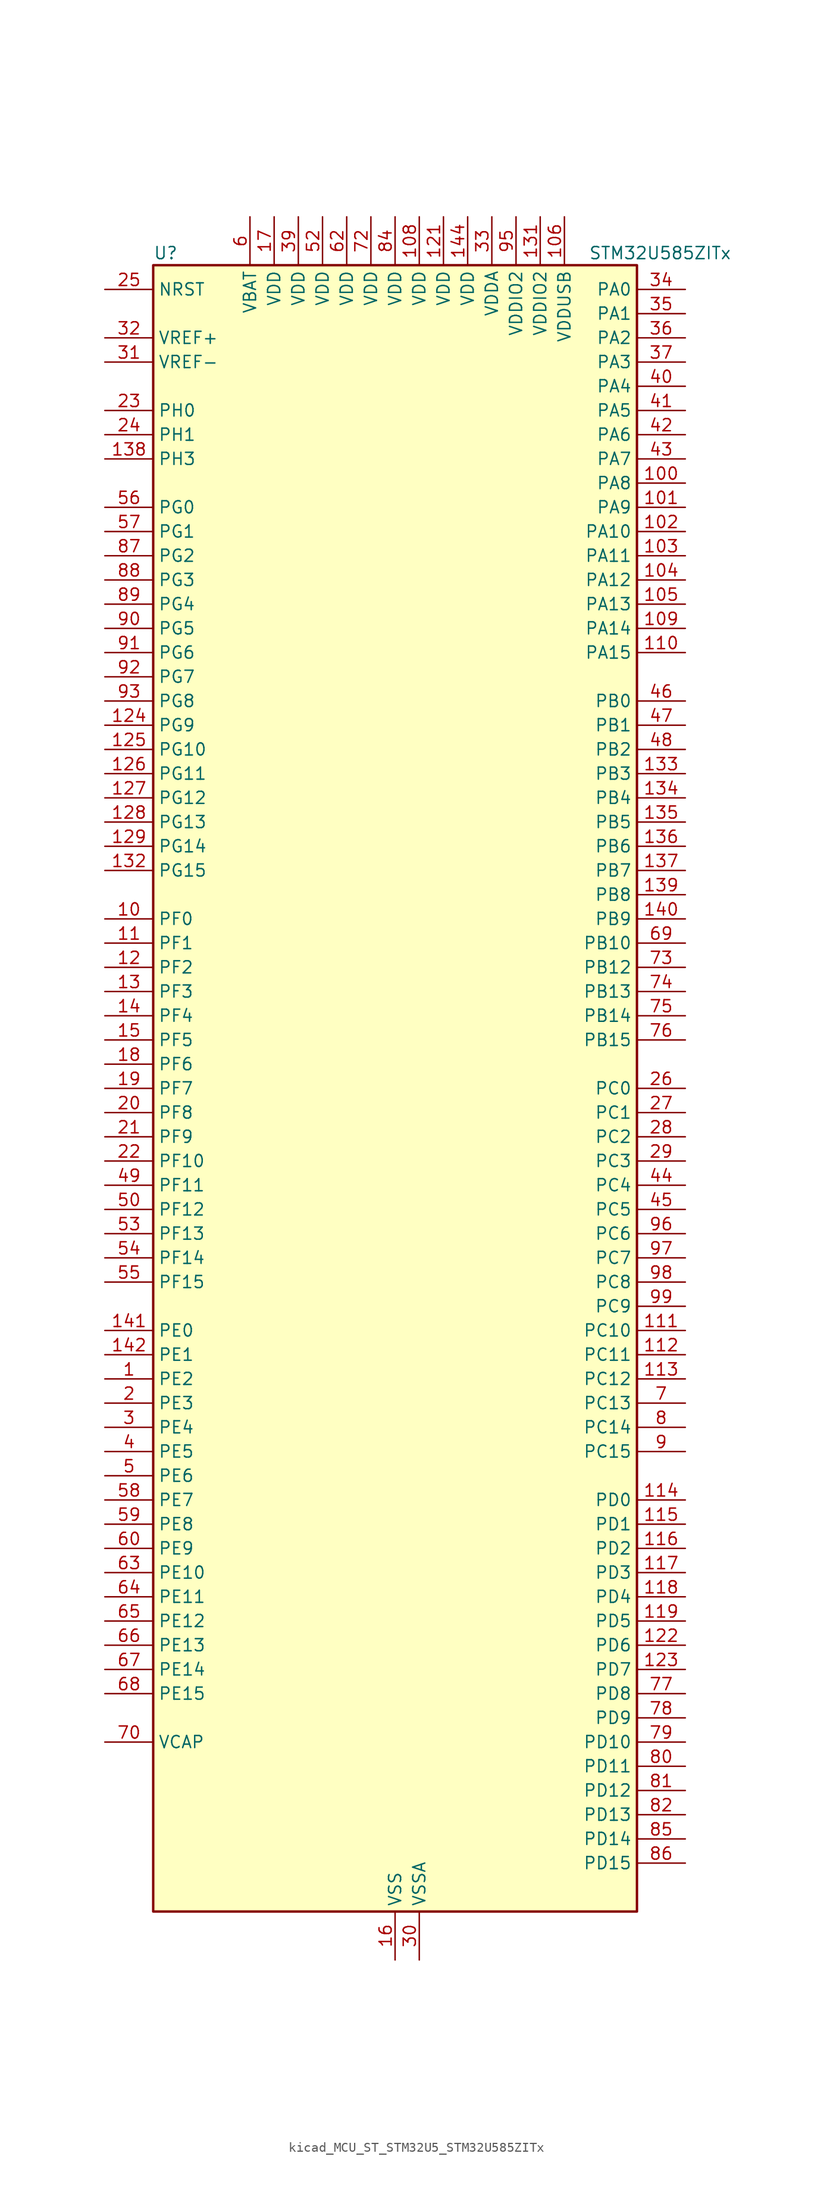
<source format=kicad_sym>
(kicad_symbol_lib
  (version 20220914)
  (generator kicad_symbol_editor)
  (symbol "kicad_MCU_ST_STM32U5_STM32U585ZITx"
    (property "Reference" "U"
      (at -25.4 87.63 0)
      (effects (font (size 1.27 1.27)) (justify left)))
    (property "Value" "STM32U585ZITx"
      (at 20.32 87.63 0)
      (effects (font (size 1.27 1.27)) (justify left)))
    (property "ki_locked" ""
      (at 0 0 0)
      (effects (font (size 1.27 1.27))))
    (symbol "kicad_MCU_ST_STM32U5_STM32U585ZITx_0_1"
      (rectangle (start -25.4 -86.36) (end 25.4 86.36) (stroke (width 0.254) (type default)) (fill (type background))))
    (symbol "kicad_MCU_ST_STM32U5_STM32U585ZITx_1_1"
      (pin bidirectional line (at -30.48 -30.48 0) (length 5.08) (name "PE2" (effects (font (size 1.27 1.27)))) (number "1" (effects (font (size 1.27 1.27)))) (alternate "DEBUG_TRACECLK" bidirectional line) (alternate "FMC_A23" bidirectional line) (alternate "SAI1_CK1" bidirectional line) (alternate "SAI1_MCLK_A" bidirectional line) (alternate "TIM3_ETR" bidirectional line) (alternate "TSC_G7_IO1" bidirectional line))
      (pin bidirectional line (at -30.48 17.78 0) (length 5.08) (name "PF0" (effects (font (size 1.27 1.27)))) (number "10" (effects (font (size 1.27 1.27)))) (alternate "FMC_A0" bidirectional line) (alternate "I2C2_SDA" bidirectional line) (alternate "OCTOSPIM_P2_IO0" bidirectional line))
      (pin bidirectional line (at 30.48 63.5 180) (length 5.08) (name "PA8" (effects (font (size 1.27 1.27)))) (number "100" (effects (font (size 1.27 1.27)))) (alternate "DEBUG_TRACECLK" bidirectional line) (alternate "LPTIM2_CH1" bidirectional line) (alternate "RCC_MCO" bidirectional line) (alternate "SAI1_CK2" bidirectional line) (alternate "SAI1_SCK_A" bidirectional line) (alternate "SPI1_RDY" bidirectional line) (alternate "TIM1_CH1" bidirectional line) (alternate "USART1_CK" bidirectional line) (alternate "USB_OTG_FS_SOF" bidirectional line))
      (pin bidirectional line (at 30.48 60.96 180) (length 5.08) (name "PA9" (effects (font (size 1.27 1.27)))) (number "101" (effects (font (size 1.27 1.27)))) (alternate "DAC1_EXTI9" bidirectional line) (alternate "DCMI_D0" bidirectional line) (alternate "PSSI_D0" bidirectional line) (alternate "SAI1_FS_A" bidirectional line) (alternate "SPI2_SCK" bidirectional line) (alternate "TIM15_BKIN" bidirectional line) (alternate "TIM1_CH2" bidirectional line) (alternate "USART1_TX" bidirectional line) (alternate "USB_OTG_FS_VBUS" bidirectional line))
      (pin bidirectional line (at 30.48 58.42 180) (length 5.08) (name "PA10" (effects (font (size 1.27 1.27)))) (number "102" (effects (font (size 1.27 1.27)))) (alternate "CRS_SYNC" bidirectional line) (alternate "DCMI_D1" bidirectional line) (alternate "LPTIM2_IN2" bidirectional line) (alternate "PSSI_D1" bidirectional line) (alternate "SAI1_D1" bidirectional line) (alternate "SAI1_SD_A" bidirectional line) (alternate "TIM17_BKIN" bidirectional line) (alternate "TIM1_CH3" bidirectional line) (alternate "USART1_RX" bidirectional line) (alternate "USB_OTG_FS_ID" bidirectional line))
      (pin bidirectional line (at 30.48 55.88 180) (length 5.08) (name "PA11" (effects (font (size 1.27 1.27)))) (number "103" (effects (font (size 1.27 1.27)))) (alternate "ADC1_EXTI11" bidirectional line) (alternate "FDCAN1_RX" bidirectional line) (alternate "SPI1_MISO" bidirectional line) (alternate "TIM1_BKIN2" bidirectional line) (alternate "TIM1_CH4" bidirectional line) (alternate "USART1_CTS" bidirectional line) (alternate "USB_OTG_FS_DM" bidirectional line))
      (pin bidirectional line (at 30.48 53.34 180) (length 5.08) (name "PA12" (effects (font (size 1.27 1.27)))) (number "104" (effects (font (size 1.27 1.27)))) (alternate "FDCAN1_TX" bidirectional line) (alternate "OCTOSPIM_P2_NCS" bidirectional line) (alternate "SPI1_MOSI" bidirectional line) (alternate "TIM1_ETR" bidirectional line) (alternate "USART1_DE" bidirectional line) (alternate "USART1_RTS" bidirectional line) (alternate "USB_OTG_FS_DP" bidirectional line))
      (pin bidirectional line (at 30.48 50.8 180) (length 5.08) (name "PA13" (effects (font (size 1.27 1.27)))) (number "105" (effects (font (size 1.27 1.27)))) (alternate "DEBUG_JTMS-SWDIO" bidirectional line) (alternate "IR_OUT" bidirectional line) (alternate "SAI1_SD_B" bidirectional line) (alternate "USB_OTG_FS_NOE" bidirectional line))
      (pin power_in line (at 17.78 91.44 270) (length 5.08) (name "VDDUSB" (effects (font (size 1.27 1.27)))) (number "106" (effects (font (size 1.27 1.27)))))
      (pin passive line (at 0 -91.44 90) (length 5.08) hide (name "VSS" (effects (font (size 1.27 1.27)))) (number "107" (effects (font (size 1.27 1.27)))))
      (pin power_in line (at 2.54 91.44 270) (length 5.08) (name "VDD" (effects (font (size 1.27 1.27)))) (number "108" (effects (font (size 1.27 1.27)))))
      (pin bidirectional line (at 30.48 48.26 180) (length 5.08) (name "PA14" (effects (font (size 1.27 1.27)))) (number "109" (effects (font (size 1.27 1.27)))) (alternate "DEBUG_JTCK-SWCLK" bidirectional line) (alternate "I2C1_SMBA" bidirectional line) (alternate "I2C4_SMBA" bidirectional line) (alternate "LPTIM1_CH1" bidirectional line) (alternate "SAI1_FS_B" bidirectional line) (alternate "USB_OTG_FS_SOF" bidirectional line))
      (pin bidirectional line (at -30.48 15.24 0) (length 5.08) (name "PF1" (effects (font (size 1.27 1.27)))) (number "11" (effects (font (size 1.27 1.27)))) (alternate "FMC_A1" bidirectional line) (alternate "I2C2_SCL" bidirectional line) (alternate "OCTOSPIM_P2_IO1" bidirectional line))
      (pin bidirectional line (at 30.48 45.72 180) (length 5.08) (name "PA15" (effects (font (size 1.27 1.27)))) (number "110" (effects (font (size 1.27 1.27)))) (alternate "ADC1_EXTI15" bidirectional line) (alternate "ADC4_EXTI15" bidirectional line) (alternate "DEBUG_JTDI" bidirectional line) (alternate "SAI2_FS_B" bidirectional line) (alternate "SPI1_NSS" bidirectional line) (alternate "SPI3_NSS" bidirectional line) (alternate "TIM2_CH1" bidirectional line) (alternate "TIM2_ETR" bidirectional line) (alternate "UART4_DE" bidirectional line) (alternate "UART4_RTS" bidirectional line) (alternate "UCPD1_CC1" bidirectional line) (alternate "USART2_RX" bidirectional line) (alternate "USART3_DE" bidirectional line) (alternate "USART3_RTS" bidirectional line))
      (pin bidirectional line (at 30.48 -25.4 180) (length 5.08) (name "PC10" (effects (font (size 1.27 1.27)))) (number "111" (effects (font (size 1.27 1.27)))) (alternate "ADF1_CCK1" bidirectional line) (alternate "DCMI_D8" bidirectional line) (alternate "DEBUG_TRACED1" bidirectional line) (alternate "LPTIM3_ETR" bidirectional line) (alternate "PSSI_D8" bidirectional line) (alternate "SAI2_SCK_B" bidirectional line) (alternate "SDMMC1_D2" bidirectional line) (alternate "SPI3_SCK" bidirectional line) (alternate "TSC_G3_IO2" bidirectional line) (alternate "UART4_TX" bidirectional line) (alternate "USART3_TX" bidirectional line))
      (pin bidirectional line (at 30.48 -27.94 180) (length 5.08) (name "PC11" (effects (font (size 1.27 1.27)))) (number "112" (effects (font (size 1.27 1.27)))) (alternate "ADC1_EXTI11" bidirectional line) (alternate "ADF1_SDI0" bidirectional line) (alternate "DCMI_D2" bidirectional line) (alternate "DCMI_D4" bidirectional line) (alternate "LPTIM3_IN1" bidirectional line) (alternate "OCTOSPIM_P1_NCS" bidirectional line) (alternate "PSSI_D2" bidirectional line) (alternate "PSSI_D4" bidirectional line) (alternate "SAI2_MCLK_B" bidirectional line) (alternate "SDMMC1_D3" bidirectional line) (alternate "SPI3_MISO" bidirectional line) (alternate "TSC_G3_IO3" bidirectional line) (alternate "UART4_RX" bidirectional line) (alternate "UCPD1_FRSTX2" bidirectional line) (alternate "USART3_RX" bidirectional line))
      (pin bidirectional line (at 30.48 -30.48 180) (length 5.08) (name "PC12" (effects (font (size 1.27 1.27)))) (number "113" (effects (font (size 1.27 1.27)))) (alternate "DCMI_D9" bidirectional line) (alternate "DEBUG_TRACED3" bidirectional line) (alternate "PSSI_D9" bidirectional line) (alternate "SAI2_SD_B" bidirectional line) (alternate "SDMMC1_CK" bidirectional line) (alternate "SPI3_MOSI" bidirectional line) (alternate "TSC_G3_IO4" bidirectional line) (alternate "UART5_TX" bidirectional line) (alternate "USART3_CK" bidirectional line))
      (pin bidirectional line (at 30.48 -43.18 180) (length 5.08) (name "PD0" (effects (font (size 1.27 1.27)))) (number "114" (effects (font (size 1.27 1.27)))) (alternate "FDCAN1_RX" bidirectional line) (alternate "FMC_D2" bidirectional line) (alternate "FMC_DA2" bidirectional line) (alternate "SPI2_NSS" bidirectional line) (alternate "TIM8_CH4N" bidirectional line))
      (pin bidirectional line (at 30.48 -45.72 180) (length 5.08) (name "PD1" (effects (font (size 1.27 1.27)))) (number "115" (effects (font (size 1.27 1.27)))) (alternate "FDCAN1_TX" bidirectional line) (alternate "FMC_D3" bidirectional line) (alternate "FMC_DA3" bidirectional line) (alternate "SPI2_SCK" bidirectional line))
      (pin bidirectional line (at 30.48 -48.26 180) (length 5.08) (name "PD2" (effects (font (size 1.27 1.27)))) (number "116" (effects (font (size 1.27 1.27)))) (alternate "DCMI_D11" bidirectional line) (alternate "DEBUG_TRACED2" bidirectional line) (alternate "LPTIM4_ETR" bidirectional line) (alternate "PSSI_D11" bidirectional line) (alternate "SDMMC1_CMD" bidirectional line) (alternate "TIM3_ETR" bidirectional line) (alternate "TSC_SYNC" bidirectional line) (alternate "UART5_RX" bidirectional line) (alternate "USART3_DE" bidirectional line) (alternate "USART3_RTS" bidirectional line))
      (pin bidirectional line (at 30.48 -50.8 180) (length 5.08) (name "PD3" (effects (font (size 1.27 1.27)))) (number "117" (effects (font (size 1.27 1.27)))) (alternate "DCMI_D5" bidirectional line) (alternate "FMC_CLK" bidirectional line) (alternate "MDF1_SDI0" bidirectional line) (alternate "OCTOSPIM_P2_NCS" bidirectional line) (alternate "PSSI_D5" bidirectional line) (alternate "SPI2_MISO" bidirectional line) (alternate "SPI2_SCK" bidirectional line) (alternate "USART2_CTS" bidirectional line))
      (pin bidirectional line (at 30.48 -53.34 180) (length 5.08) (name "PD4" (effects (font (size 1.27 1.27)))) (number "118" (effects (font (size 1.27 1.27)))) (alternate "FMC_NOE" bidirectional line) (alternate "MDF1_CKI0" bidirectional line) (alternate "OCTOSPIM_P1_IO4" bidirectional line) (alternate "SPI2_MOSI" bidirectional line) (alternate "USART2_DE" bidirectional line) (alternate "USART2_RTS" bidirectional line))
      (pin bidirectional line (at 30.48 -55.88 180) (length 5.08) (name "PD5" (effects (font (size 1.27 1.27)))) (number "119" (effects (font (size 1.27 1.27)))) (alternate "FMC_NWE" bidirectional line) (alternate "OCTOSPIM_P1_IO5" bidirectional line) (alternate "SPI2_RDY" bidirectional line) (alternate "USART2_TX" bidirectional line))
      (pin bidirectional line (at -30.48 12.7 0) (length 5.08) (name "PF2" (effects (font (size 1.27 1.27)))) (number "12" (effects (font (size 1.27 1.27)))) (alternate "FMC_A2" bidirectional line) (alternate "I2C2_SMBA" bidirectional line) (alternate "LPTIM3_CH2" bidirectional line) (alternate "OCTOSPIM_P2_IO2" bidirectional line) (alternate "PWR_WKUP8" bidirectional line))
      (pin passive line (at 0 -91.44 90) (length 5.08) hide (name "VSS" (effects (font (size 1.27 1.27)))) (number "120" (effects (font (size 1.27 1.27)))))
      (pin power_in line (at 5.08 91.44 270) (length 5.08) (name "VDD" (effects (font (size 1.27 1.27)))) (number "121" (effects (font (size 1.27 1.27)))))
      (pin bidirectional line (at 30.48 -58.42 180) (length 5.08) (name "PD6" (effects (font (size 1.27 1.27)))) (number "122" (effects (font (size 1.27 1.27)))) (alternate "DCMI_D10" bidirectional line) (alternate "FMC_NWAIT" bidirectional line) (alternate "MDF1_SDI1" bidirectional line) (alternate "OCTOSPIM_P1_IO6" bidirectional line) (alternate "PSSI_D10" bidirectional line) (alternate "SAI1_D1" bidirectional line) (alternate "SAI1_SD_A" bidirectional line) (alternate "SDMMC2_CK" bidirectional line) (alternate "SPI3_MOSI" bidirectional line) (alternate "USART2_RX" bidirectional line))
      (pin bidirectional line (at 30.48 -60.96 180) (length 5.08) (name "PD7" (effects (font (size 1.27 1.27)))) (number "123" (effects (font (size 1.27 1.27)))) (alternate "FMC_NCE" bidirectional line) (alternate "FMC_NE1" bidirectional line) (alternate "LPTIM4_OUT" bidirectional line) (alternate "MDF1_CKI1" bidirectional line) (alternate "OCTOSPIM_P1_IO7" bidirectional line) (alternate "SDMMC2_CMD" bidirectional line) (alternate "USART2_CK" bidirectional line))
      (pin bidirectional line (at -30.48 38.1 0) (length 5.08) (name "PG9" (effects (font (size 1.27 1.27)))) (number "124" (effects (font (size 1.27 1.27)))) (alternate "DAC1_EXTI9" bidirectional line) (alternate "FMC_NCE" bidirectional line) (alternate "FMC_NE2" bidirectional line) (alternate "OCTOSPIM_P2_IO6" bidirectional line) (alternate "SAI2_SCK_A" bidirectional line) (alternate "SPI3_SCK" bidirectional line) (alternate "TIM15_CH1N" bidirectional line) (alternate "USART1_TX" bidirectional line))
      (pin bidirectional line (at -30.48 35.56 0) (length 5.08) (name "PG10" (effects (font (size 1.27 1.27)))) (number "125" (effects (font (size 1.27 1.27)))) (alternate "FMC_NE3" bidirectional line) (alternate "LPTIM1_IN1" bidirectional line) (alternate "OCTOSPIM_P2_IO7" bidirectional line) (alternate "SAI2_FS_A" bidirectional line) (alternate "SPI3_MISO" bidirectional line) (alternate "TIM15_CH1" bidirectional line) (alternate "USART1_RX" bidirectional line))
      (pin bidirectional line (at -30.48 33.02 0) (length 5.08) (name "PG11" (effects (font (size 1.27 1.27)))) (number "126" (effects (font (size 1.27 1.27)))) (alternate "ADC1_EXTI11" bidirectional line) (alternate "LPTIM1_IN2" bidirectional line) (alternate "OCTOSPIM_P1_IO5" bidirectional line) (alternate "SAI2_MCLK_A" bidirectional line) (alternate "SPI3_MOSI" bidirectional line) (alternate "TIM15_CH2" bidirectional line) (alternate "USART1_CTS" bidirectional line))
      (pin bidirectional line (at -30.48 30.48 0) (length 5.08) (name "PG12" (effects (font (size 1.27 1.27)))) (number "127" (effects (font (size 1.27 1.27)))) (alternate "FMC_NE4" bidirectional line) (alternate "LPTIM1_ETR" bidirectional line) (alternate "OCTOSPIM_P2_NCS" bidirectional line) (alternate "SAI2_SD_A" bidirectional line) (alternate "SPI3_NSS" bidirectional line) (alternate "USART1_DE" bidirectional line) (alternate "USART1_RTS" bidirectional line))
      (pin bidirectional line (at -30.48 27.94 0) (length 5.08) (name "PG13" (effects (font (size 1.27 1.27)))) (number "128" (effects (font (size 1.27 1.27)))) (alternate "FMC_A24" bidirectional line) (alternate "I2C1_SDA" bidirectional line) (alternate "SPI3_RDY" bidirectional line) (alternate "USART1_CK" bidirectional line))
      (pin bidirectional line (at -30.48 25.4 0) (length 5.08) (name "PG14" (effects (font (size 1.27 1.27)))) (number "129" (effects (font (size 1.27 1.27)))) (alternate "FMC_A25" bidirectional line) (alternate "I2C1_SCL" bidirectional line) (alternate "LPTIM1_CH2" bidirectional line))
      (pin bidirectional line (at -30.48 10.16 0) (length 5.08) (name "PF3" (effects (font (size 1.27 1.27)))) (number "13" (effects (font (size 1.27 1.27)))) (alternate "FMC_A3" bidirectional line) (alternate "LPTIM3_IN1" bidirectional line) (alternate "OCTOSPIM_P2_IO3" bidirectional line))
      (pin passive line (at 0 -91.44 90) (length 5.08) hide (name "VSS" (effects (font (size 1.27 1.27)))) (number "130" (effects (font (size 1.27 1.27)))))
      (pin power_in line (at 15.24 91.44 270) (length 5.08) (name "VDDIO2" (effects (font (size 1.27 1.27)))) (number "131" (effects (font (size 1.27 1.27)))))
      (pin bidirectional line (at -30.48 22.86 0) (length 5.08) (name "PG15" (effects (font (size 1.27 1.27)))) (number "132" (effects (font (size 1.27 1.27)))) (alternate "ADC1_EXTI15" bidirectional line) (alternate "ADC4_EXTI15" bidirectional line) (alternate "DCMI_D13" bidirectional line) (alternate "I2C1_SMBA" bidirectional line) (alternate "LPTIM1_CH1" bidirectional line) (alternate "OCTOSPIM_P2_DQS" bidirectional line) (alternate "PSSI_D13" bidirectional line))
      (pin bidirectional line (at 30.48 33.02 180) (length 5.08) (name "PB3" (effects (font (size 1.27 1.27)))) (number "133" (effects (font (size 1.27 1.27)))) (alternate "ADF1_CCK0" bidirectional line) (alternate "COMP2_INM" bidirectional line) (alternate "CRS_SYNC" bidirectional line) (alternate "DEBUG_JTDO-SWO" bidirectional line) (alternate "I2C1_SDA" bidirectional line) (alternate "LPTIM1_CH1" bidirectional line) (alternate "SAI1_SCK_B" bidirectional line) (alternate "SDMMC2_D2" bidirectional line) (alternate "SPI1_SCK" bidirectional line) (alternate "SPI3_SCK" bidirectional line) (alternate "TIM2_CH2" bidirectional line) (alternate "USART1_DE" bidirectional line) (alternate "USART1_RTS" bidirectional line))
      (pin bidirectional line (at 30.48 30.48 180) (length 5.08) (name "PB4" (effects (font (size 1.27 1.27)))) (number "134" (effects (font (size 1.27 1.27)))) (alternate "ADF1_SDI0" bidirectional line) (alternate "COMP2_INP" bidirectional line) (alternate "DCMI_D12" bidirectional line) (alternate "DEBUG_JTRST" bidirectional line) (alternate "I2C3_SDA" bidirectional line) (alternate "LPTIM1_CH2" bidirectional line) (alternate "PSSI_D12" bidirectional line) (alternate "SAI1_MCLK_B" bidirectional line) (alternate "SDMMC2_D3" bidirectional line) (alternate "SPI1_MISO" bidirectional line) (alternate "SPI3_MISO" bidirectional line) (alternate "TIM17_BKIN" bidirectional line) (alternate "TIM3_CH1" bidirectional line) (alternate "TSC_G2_IO1" bidirectional line) (alternate "UART5_DE" bidirectional line) (alternate "UART5_RTS" bidirectional line) (alternate "USART1_CTS" bidirectional line))
      (pin bidirectional line (at 30.48 27.94 180) (length 5.08) (name "PB5" (effects (font (size 1.27 1.27)))) (number "135" (effects (font (size 1.27 1.27)))) (alternate "COMP2_OUT" bidirectional line) (alternate "DCMI_D10" bidirectional line) (alternate "I2C1_SMBA" bidirectional line) (alternate "LPTIM1_IN1" bidirectional line) (alternate "OCTOSPIM_P1_NCLK" bidirectional line) (alternate "PSSI_D10" bidirectional line) (alternate "PWR_WKUP6" bidirectional line) (alternate "SAI1_SD_B" bidirectional line) (alternate "SPI1_MOSI" bidirectional line) (alternate "SPI3_MOSI" bidirectional line) (alternate "TIM16_BKIN" bidirectional line) (alternate "TIM3_CH2" bidirectional line) (alternate "TSC_G2_IO2" bidirectional line) (alternate "UART5_CTS" bidirectional line) (alternate "UCPD1_DBCC1" bidirectional line) (alternate "USART1_CK" bidirectional line))
      (pin bidirectional line (at 30.48 25.4 180) (length 5.08) (name "PB6" (effects (font (size 1.27 1.27)))) (number "136" (effects (font (size 1.27 1.27)))) (alternate "COMP2_INP" bidirectional line) (alternate "DCMI_D5" bidirectional line) (alternate "I2C1_SCL" bidirectional line) (alternate "I2C4_SCL" bidirectional line) (alternate "LPTIM1_ETR" bidirectional line) (alternate "MDF1_SDI5" bidirectional line) (alternate "PSSI_D5" bidirectional line) (alternate "PWR_WKUP3" bidirectional line) (alternate "SAI1_FS_B" bidirectional line) (alternate "TIM16_CH1N" bidirectional line) (alternate "TIM4_CH1" bidirectional line) (alternate "TIM8_BKIN2" bidirectional line) (alternate "TSC_G2_IO3" bidirectional line) (alternate "USART1_TX" bidirectional line))
      (pin bidirectional line (at 30.48 22.86 180) (length 5.08) (name "PB7" (effects (font (size 1.27 1.27)))) (number "137" (effects (font (size 1.27 1.27)))) (alternate "COMP2_INM" bidirectional line) (alternate "DCMI_VSYNC" bidirectional line) (alternate "FMC_NL" bidirectional line) (alternate "I2C1_SDA" bidirectional line) (alternate "I2C4_SDA" bidirectional line) (alternate "LPTIM1_IN2" bidirectional line) (alternate "MDF1_CKI5" bidirectional line) (alternate "PSSI_RDY" bidirectional line) (alternate "PWR_PVD_IN" bidirectional line) (alternate "PWR_WKUP4" bidirectional line) (alternate "TIM17_CH1N" bidirectional line) (alternate "TIM4_CH2" bidirectional line) (alternate "TIM8_BKIN" bidirectional line) (alternate "TSC_G2_IO4" bidirectional line) (alternate "UART4_CTS" bidirectional line) (alternate "USART1_RX" bidirectional line))
      (pin bidirectional line (at -30.48 66.04 0) (length 5.08) (name "PH3" (effects (font (size 1.27 1.27)))) (number "138" (effects (font (size 1.27 1.27)))))
      (pin bidirectional line (at 30.48 20.32 180) (length 5.08) (name "PB8" (effects (font (size 1.27 1.27)))) (number "139" (effects (font (size 1.27 1.27)))) (alternate "DCMI_D6" bidirectional line) (alternate "FDCAN1_RX" bidirectional line) (alternate "I2C1_SCL" bidirectional line) (alternate "MDF1_CCK0" bidirectional line) (alternate "PSSI_D6" bidirectional line) (alternate "PWR_WKUP5" bidirectional line) (alternate "SAI1_CK1" bidirectional line) (alternate "SAI1_MCLK_A" bidirectional line) (alternate "SDMMC1_CKIN" bidirectional line) (alternate "SDMMC1_D4" bidirectional line) (alternate "SDMMC2_D4" bidirectional line) (alternate "SPI3_RDY" bidirectional line) (alternate "TIM16_CH1" bidirectional line) (alternate "TIM4_CH3" bidirectional line))
      (pin bidirectional line (at -30.48 7.62 0) (length 5.08) (name "PF4" (effects (font (size 1.27 1.27)))) (number "14" (effects (font (size 1.27 1.27)))) (alternate "FMC_A4" bidirectional line) (alternate "LPTIM3_ETR" bidirectional line) (alternate "OCTOSPIM_P2_CLK" bidirectional line))
      (pin bidirectional line (at 30.48 17.78 180) (length 5.08) (name "PB9" (effects (font (size 1.27 1.27)))) (number "140" (effects (font (size 1.27 1.27)))) (alternate "DAC1_EXTI9" bidirectional line) (alternate "DCMI_D7" bidirectional line) (alternate "FDCAN1_TX" bidirectional line) (alternate "I2C1_SDA" bidirectional line) (alternate "IR_OUT" bidirectional line) (alternate "PSSI_D7" bidirectional line) (alternate "SAI1_D2" bidirectional line) (alternate "SAI1_FS_A" bidirectional line) (alternate "SDMMC1_CDIR" bidirectional line) (alternate "SDMMC1_D5" bidirectional line) (alternate "SDMMC2_D5" bidirectional line) (alternate "SPI2_NSS" bidirectional line) (alternate "TIM17_CH1" bidirectional line) (alternate "TIM4_CH4" bidirectional line))
      (pin bidirectional line (at -30.48 -25.4 0) (length 5.08) (name "PE0" (effects (font (size 1.27 1.27)))) (number "141" (effects (font (size 1.27 1.27)))) (alternate "DCMI_D2" bidirectional line) (alternate "FMC_NBL0" bidirectional line) (alternate "PSSI_D2" bidirectional line) (alternate "TIM16_CH1" bidirectional line) (alternate "TIM4_ETR" bidirectional line))
      (pin bidirectional line (at -30.48 -27.94 0) (length 5.08) (name "PE1" (effects (font (size 1.27 1.27)))) (number "142" (effects (font (size 1.27 1.27)))) (alternate "DCMI_D3" bidirectional line) (alternate "FMC_NBL1" bidirectional line) (alternate "PSSI_D3" bidirectional line) (alternate "TIM17_CH1" bidirectional line))
      (pin passive line (at 0 -91.44 90) (length 5.08) hide (name "VSS" (effects (font (size 1.27 1.27)))) (number "143" (effects (font (size 1.27 1.27)))))
      (pin power_in line (at 7.62 91.44 270) (length 5.08) (name "VDD" (effects (font (size 1.27 1.27)))) (number "144" (effects (font (size 1.27 1.27)))))
      (pin bidirectional line (at -30.48 5.08 0) (length 5.08) (name "PF5" (effects (font (size 1.27 1.27)))) (number "15" (effects (font (size 1.27 1.27)))) (alternate "FMC_A5" bidirectional line) (alternate "LPTIM3_CH1" bidirectional line) (alternate "OCTOSPIM_P2_NCLK" bidirectional line))
      (pin power_in line (at 0 -91.44 90) (length 5.08) (name "VSS" (effects (font (size 1.27 1.27)))) (number "16" (effects (font (size 1.27 1.27)))))
      (pin power_in line (at -12.7 91.44 270) (length 5.08) (name "VDD" (effects (font (size 1.27 1.27)))) (number "17" (effects (font (size 1.27 1.27)))))
      (pin bidirectional line (at -30.48 2.54 0) (length 5.08) (name "PF6" (effects (font (size 1.27 1.27)))) (number "18" (effects (font (size 1.27 1.27)))) (alternate "DCMI_D12" bidirectional line) (alternate "OCTOSPIM_P1_IO3" bidirectional line) (alternate "OCTOSPIM_P2_NCS" bidirectional line) (alternate "PSSI_D12" bidirectional line) (alternate "SAI1_SD_B" bidirectional line) (alternate "TIM5_CH1" bidirectional line) (alternate "TIM5_ETR" bidirectional line))
      (pin bidirectional line (at -30.48 0 0) (length 5.08) (name "PF7" (effects (font (size 1.27 1.27)))) (number "19" (effects (font (size 1.27 1.27)))) (alternate "FDCAN1_RX" bidirectional line) (alternate "OCTOSPIM_P1_IO2" bidirectional line) (alternate "SAI1_MCLK_B" bidirectional line) (alternate "TIM5_CH2" bidirectional line))
      (pin bidirectional line (at -30.48 -33.02 0) (length 5.08) (name "PE3" (effects (font (size 1.27 1.27)))) (number "2" (effects (font (size 1.27 1.27)))) (alternate "DEBUG_TRACED0" bidirectional line) (alternate "FMC_A19" bidirectional line) (alternate "OCTOSPIM_P1_DQS" bidirectional line) (alternate "SAI1_SD_B" bidirectional line) (alternate "TAMP_IN6" bidirectional line) (alternate "TAMP_OUT3" bidirectional line) (alternate "TIM3_CH1" bidirectional line) (alternate "TSC_G7_IO2" bidirectional line))
      (pin bidirectional line (at -30.48 -2.54 0) (length 5.08) (name "PF8" (effects (font (size 1.27 1.27)))) (number "20" (effects (font (size 1.27 1.27)))) (alternate "FDCAN1_TX" bidirectional line) (alternate "OCTOSPIM_P1_IO0" bidirectional line) (alternate "PSSI_D14" bidirectional line) (alternate "SAI1_SCK_B" bidirectional line) (alternate "TIM5_CH3" bidirectional line))
      (pin bidirectional line (at -30.48 -5.08 0) (length 5.08) (name "PF9" (effects (font (size 1.27 1.27)))) (number "21" (effects (font (size 1.27 1.27)))) (alternate "DAC1_EXTI9" bidirectional line) (alternate "OCTOSPIM_P1_IO1" bidirectional line) (alternate "PSSI_D15" bidirectional line) (alternate "SAI1_FS_B" bidirectional line) (alternate "TIM15_CH1" bidirectional line) (alternate "TIM5_CH4" bidirectional line))
      (pin bidirectional line (at -30.48 -7.62 0) (length 5.08) (name "PF10" (effects (font (size 1.27 1.27)))) (number "22" (effects (font (size 1.27 1.27)))) (alternate "DCMI_D11" bidirectional line) (alternate "MDF1_CCK1" bidirectional line) (alternate "OCTOSPIM_P1_CLK" bidirectional line) (alternate "PSSI_D11" bidirectional line) (alternate "PSSI_D15" bidirectional line) (alternate "SAI1_D3" bidirectional line) (alternate "TIM15_CH2" bidirectional line))
      (pin bidirectional line (at -30.48 71.12 0) (length 5.08) (name "PH0" (effects (font (size 1.27 1.27)))) (number "23" (effects (font (size 1.27 1.27)))) (alternate "RCC_OSC_IN" bidirectional line))
      (pin bidirectional line (at -30.48 68.58 0) (length 5.08) (name "PH1" (effects (font (size 1.27 1.27)))) (number "24" (effects (font (size 1.27 1.27)))) (alternate "RCC_OSC_OUT" bidirectional line))
      (pin input line (at -30.48 83.82 0) (length 5.08) (name "NRST" (effects (font (size 1.27 1.27)))) (number "25" (effects (font (size 1.27 1.27)))))
      (pin bidirectional line (at 30.48 0 180) (length 5.08) (name "PC0" (effects (font (size 1.27 1.27)))) (number "26" (effects (font (size 1.27 1.27)))) (alternate "ADC1_IN1" bidirectional line) (alternate "ADC4_IN1" bidirectional line) (alternate "I2C3_SCL" bidirectional line) (alternate "LPTIM1_IN1" bidirectional line) (alternate "LPTIM2_IN1" bidirectional line) (alternate "LPUART1_RX" bidirectional line) (alternate "MDF1_SDI4" bidirectional line) (alternate "OCTOSPIM_P1_IO7" bidirectional line) (alternate "SAI2_FS_A" bidirectional line) (alternate "SDMMC1_D5" bidirectional line) (alternate "SPI2_RDY" bidirectional line))
      (pin bidirectional line (at 30.48 -2.54 180) (length 5.08) (name "PC1" (effects (font (size 1.27 1.27)))) (number "27" (effects (font (size 1.27 1.27)))) (alternate "ADC1_IN2" bidirectional line) (alternate "ADC4_IN2" bidirectional line) (alternate "DEBUG_TRACED0" bidirectional line) (alternate "I2C3_SDA" bidirectional line) (alternate "LPTIM1_CH1" bidirectional line) (alternate "LPUART1_TX" bidirectional line) (alternate "MDF1_CKI4" bidirectional line) (alternate "OCTOSPIM_P1_IO4" bidirectional line) (alternate "SAI1_SD_A" bidirectional line) (alternate "SDMMC2_CK" bidirectional line) (alternate "SPI2_MOSI" bidirectional line))
      (pin bidirectional line (at 30.48 -5.08 180) (length 5.08) (name "PC2" (effects (font (size 1.27 1.27)))) (number "28" (effects (font (size 1.27 1.27)))) (alternate "ADC1_IN3" bidirectional line) (alternate "ADC4_IN3" bidirectional line) (alternate "LPTIM1_IN2" bidirectional line) (alternate "MDF1_CCK1" bidirectional line) (alternate "OCTOSPIM_P1_IO5" bidirectional line) (alternate "SPI2_MISO" bidirectional line))
      (pin bidirectional line (at 30.48 -7.62 180) (length 5.08) (name "PC3" (effects (font (size 1.27 1.27)))) (number "29" (effects (font (size 1.27 1.27)))) (alternate "ADC1_IN4" bidirectional line) (alternate "ADC4_IN4" bidirectional line) (alternate "LPTIM1_ETR" bidirectional line) (alternate "LPTIM2_ETR" bidirectional line) (alternate "LPTIM3_CH1" bidirectional line) (alternate "OCTOSPIM_P1_IO6" bidirectional line) (alternate "SAI1_D1" bidirectional line) (alternate "SAI1_SD_A" bidirectional line) (alternate "SPI2_MOSI" bidirectional line))
      (pin bidirectional line (at -30.48 -35.56 0) (length 5.08) (name "PE4" (effects (font (size 1.27 1.27)))) (number "3" (effects (font (size 1.27 1.27)))) (alternate "DCMI_D4" bidirectional line) (alternate "DEBUG_TRACED1" bidirectional line) (alternate "FMC_A20" bidirectional line) (alternate "MDF1_SDI3" bidirectional line) (alternate "PSSI_D4" bidirectional line) (alternate "PWR_WKUP1" bidirectional line) (alternate "SAI1_D2" bidirectional line) (alternate "SAI1_FS_A" bidirectional line) (alternate "TAMP_IN7" bidirectional line) (alternate "TAMP_OUT8" bidirectional line) (alternate "TIM3_CH2" bidirectional line) (alternate "TSC_G7_IO3" bidirectional line))
      (pin power_in line (at 2.54 -91.44 90) (length 5.08) (name "VSSA" (effects (font (size 1.27 1.27)))) (number "30" (effects (font (size 1.27 1.27)))))
      (pin input line (at -30.48 76.2 0) (length 5.08) (name "VREF-" (effects (font (size 1.27 1.27)))) (number "31" (effects (font (size 1.27 1.27)))))
      (pin input line (at -30.48 78.74 0) (length 5.08) (name "VREF+" (effects (font (size 1.27 1.27)))) (number "32" (effects (font (size 1.27 1.27)))) (alternate "VREFBUF_OUT" bidirectional line))
      (pin power_in line (at 10.16 91.44 270) (length 5.08) (name "VDDA" (effects (font (size 1.27 1.27)))) (number "33" (effects (font (size 1.27 1.27)))))
      (pin bidirectional line (at 30.48 83.82 180) (length 5.08) (name "PA0" (effects (font (size 1.27 1.27)))) (number "34" (effects (font (size 1.27 1.27)))) (alternate "ADC1_IN5" bidirectional line) (alternate "AUDIOCLK" bidirectional line) (alternate "OCTOSPIM_P2_NCS" bidirectional line) (alternate "OPAMP1_VINP" bidirectional line) (alternate "PWR_WKUP1" bidirectional line) (alternate "SDMMC2_CMD" bidirectional line) (alternate "SPI3_RDY" bidirectional line) (alternate "TAMP_IN2" bidirectional line) (alternate "TAMP_OUT1" bidirectional line) (alternate "TIM2_CH1" bidirectional line) (alternate "TIM2_ETR" bidirectional line) (alternate "TIM5_CH1" bidirectional line) (alternate "TIM8_ETR" bidirectional line) (alternate "UART4_TX" bidirectional line) (alternate "USART2_CTS" bidirectional line))
      (pin bidirectional line (at 30.48 81.28 180) (length 5.08) (name "PA1" (effects (font (size 1.27 1.27)))) (number "35" (effects (font (size 1.27 1.27)))) (alternate "ADC1_IN6" bidirectional line) (alternate "I2C1_SMBA" bidirectional line) (alternate "LPTIM1_CH2" bidirectional line) (alternate "OCTOSPIM_P1_DQS" bidirectional line) (alternate "OPAMP1_VINM" bidirectional line) (alternate "PWR_WKUP3" bidirectional line) (alternate "SPI1_SCK" bidirectional line) (alternate "TAMP_IN5" bidirectional line) (alternate "TAMP_OUT4" bidirectional line) (alternate "TIM15_CH1N" bidirectional line) (alternate "TIM2_CH2" bidirectional line) (alternate "TIM5_CH2" bidirectional line) (alternate "UART4_RX" bidirectional line) (alternate "USART2_DE" bidirectional line) (alternate "USART2_RTS" bidirectional line))
      (pin bidirectional line (at 30.48 78.74 180) (length 5.08) (name "PA2" (effects (font (size 1.27 1.27)))) (number "36" (effects (font (size 1.27 1.27)))) (alternate "ADC1_IN7" bidirectional line) (alternate "COMP1_INP" bidirectional line) (alternate "LPUART1_TX" bidirectional line) (alternate "OCTOSPIM_P1_NCS" bidirectional line) (alternate "PWR_WKUP4" bidirectional line) (alternate "RCC_LSCO" bidirectional line) (alternate "SPI1_RDY" bidirectional line) (alternate "TIM15_CH1" bidirectional line) (alternate "TIM2_CH3" bidirectional line) (alternate "TIM5_CH3" bidirectional line) (alternate "UCPD1_FRSTX1" bidirectional line) (alternate "USART2_TX" bidirectional line))
      (pin bidirectional line (at 30.48 76.2 180) (length 5.08) (name "PA3" (effects (font (size 1.27 1.27)))) (number "37" (effects (font (size 1.27 1.27)))) (alternate "ADC1_IN8" bidirectional line) (alternate "LPUART1_RX" bidirectional line) (alternate "OCTOSPIM_P1_CLK" bidirectional line) (alternate "OPAMP1_VOUT" bidirectional line) (alternate "PWR_WKUP5" bidirectional line) (alternate "SAI1_CK1" bidirectional line) (alternate "SAI1_MCLK_A" bidirectional line) (alternate "TIM15_CH2" bidirectional line) (alternate "TIM2_CH4" bidirectional line) (alternate "TIM5_CH4" bidirectional line) (alternate "USART2_RX" bidirectional line))
      (pin passive line (at 0 -91.44 90) (length 5.08) hide (name "VSS" (effects (font (size 1.27 1.27)))) (number "38" (effects (font (size 1.27 1.27)))))
      (pin power_in line (at -10.16 91.44 270) (length 5.08) (name "VDD" (effects (font (size 1.27 1.27)))) (number "39" (effects (font (size 1.27 1.27)))))
      (pin bidirectional line (at -30.48 -38.1 0) (length 5.08) (name "PE5" (effects (font (size 1.27 1.27)))) (number "4" (effects (font (size 1.27 1.27)))) (alternate "DCMI_D6" bidirectional line) (alternate "DEBUG_TRACED2" bidirectional line) (alternate "FMC_A21" bidirectional line) (alternate "MDF1_CKI3" bidirectional line) (alternate "PSSI_D6" bidirectional line) (alternate "PWR_WKUP2" bidirectional line) (alternate "SAI1_CK2" bidirectional line) (alternate "SAI1_SCK_A" bidirectional line) (alternate "TAMP_IN8" bidirectional line) (alternate "TAMP_OUT7" bidirectional line) (alternate "TIM3_CH3" bidirectional line) (alternate "TSC_G7_IO4" bidirectional line))
      (pin bidirectional line (at 30.48 73.66 180) (length 5.08) (name "PA4" (effects (font (size 1.27 1.27)))) (number "40" (effects (font (size 1.27 1.27)))) (alternate "ADC1_IN9" bidirectional line) (alternate "ADC4_IN9" bidirectional line) (alternate "DAC1_OUT1" bidirectional line) (alternate "DCMI_HSYNC" bidirectional line) (alternate "LPTIM2_CH1" bidirectional line) (alternate "OCTOSPIM_P1_NCS" bidirectional line) (alternate "PSSI_DE" bidirectional line) (alternate "PWR_WKUP2" bidirectional line) (alternate "SAI1_FS_B" bidirectional line) (alternate "SPI1_NSS" bidirectional line) (alternate "SPI3_NSS" bidirectional line) (alternate "USART2_CK" bidirectional line))
      (pin bidirectional line (at 30.48 71.12 180) (length 5.08) (name "PA5" (effects (font (size 1.27 1.27)))) (number "41" (effects (font (size 1.27 1.27)))) (alternate "ADC1_IN10" bidirectional line) (alternate "ADC4_IN10" bidirectional line) (alternate "DAC1_OUT2" bidirectional line) (alternate "LPTIM2_ETR" bidirectional line) (alternate "PSSI_D14" bidirectional line) (alternate "PWR_CSLEEP" bidirectional line) (alternate "PWR_WKUP6" bidirectional line) (alternate "SPI1_SCK" bidirectional line) (alternate "TIM2_CH1" bidirectional line) (alternate "TIM2_ETR" bidirectional line) (alternate "TIM8_CH1N" bidirectional line) (alternate "USART3_RX" bidirectional line))
      (pin bidirectional line (at 30.48 68.58 180) (length 5.08) (name "PA6" (effects (font (size 1.27 1.27)))) (number "42" (effects (font (size 1.27 1.27)))) (alternate "ADC1_IN11" bidirectional line) (alternate "ADC4_IN11" bidirectional line) (alternate "DCMI_PIXCLK" bidirectional line) (alternate "LPUART1_CTS" bidirectional line) (alternate "OCTOSPIM_P1_IO3" bidirectional line) (alternate "OPAMP2_VINP" bidirectional line) (alternate "PSSI_PDCK" bidirectional line) (alternate "PWR_CDSTOP" bidirectional line) (alternate "PWR_WKUP7" bidirectional line) (alternate "SPI1_MISO" bidirectional line) (alternate "TIM16_CH1" bidirectional line) (alternate "TIM1_BKIN" bidirectional line) (alternate "TIM3_CH1" bidirectional line) (alternate "TIM8_BKIN" bidirectional line) (alternate "USART3_CTS" bidirectional line))
      (pin bidirectional line (at 30.48 66.04 180) (length 5.08) (name "PA7" (effects (font (size 1.27 1.27)))) (number "43" (effects (font (size 1.27 1.27)))) (alternate "ADC1_IN12" bidirectional line) (alternate "ADC4_IN20" bidirectional line) (alternate "I2C3_SCL" bidirectional line) (alternate "LPTIM2_CH2" bidirectional line) (alternate "OCTOSPIM_P1_IO2" bidirectional line) (alternate "OPAMP2_VINM" bidirectional line) (alternate "PWR_SRDSTOP" bidirectional line) (alternate "PWR_WKUP8" bidirectional line) (alternate "SPI1_MOSI" bidirectional line) (alternate "TIM17_CH1" bidirectional line) (alternate "TIM1_CH1N" bidirectional line) (alternate "TIM3_CH2" bidirectional line) (alternate "TIM8_CH1N" bidirectional line) (alternate "USART3_TX" bidirectional line))
      (pin bidirectional line (at 30.48 -10.16 180) (length 5.08) (name "PC4" (effects (font (size 1.27 1.27)))) (number "44" (effects (font (size 1.27 1.27)))) (alternate "ADC1_IN13" bidirectional line) (alternate "ADC4_IN22" bidirectional line) (alternate "COMP1_INM" bidirectional line) (alternate "OCTOSPIM_P1_IO7" bidirectional line) (alternate "USART3_TX" bidirectional line))
      (pin bidirectional line (at 30.48 -12.7 180) (length 5.08) (name "PC5" (effects (font (size 1.27 1.27)))) (number "45" (effects (font (size 1.27 1.27)))) (alternate "ADC1_IN14" bidirectional line) (alternate "ADC4_IN23" bidirectional line) (alternate "COMP1_INP" bidirectional line) (alternate "PSSI_D15" bidirectional line) (alternate "PWR_WKUP5" bidirectional line) (alternate "SAI1_D3" bidirectional line) (alternate "TAMP_IN4" bidirectional line) (alternate "TAMP_OUT5" bidirectional line) (alternate "TIM1_CH4N" bidirectional line) (alternate "USART3_RX" bidirectional line))
      (pin bidirectional line (at 30.48 40.64 180) (length 5.08) (name "PB0" (effects (font (size 1.27 1.27)))) (number "46" (effects (font (size 1.27 1.27)))) (alternate "ADC1_IN15" bidirectional line) (alternate "ADC4_IN18" bidirectional line) (alternate "AUDIOCLK" bidirectional line) (alternate "COMP1_OUT" bidirectional line) (alternate "LPTIM3_CH1" bidirectional line) (alternate "OCTOSPIM_P1_IO1" bidirectional line) (alternate "OPAMP2_VOUT" bidirectional line) (alternate "SPI1_NSS" bidirectional line) (alternate "TIM1_CH2N" bidirectional line) (alternate "TIM3_CH3" bidirectional line) (alternate "TIM8_CH2N" bidirectional line) (alternate "USART3_CK" bidirectional line))
      (pin bidirectional line (at 30.48 38.1 180) (length 5.08) (name "PB1" (effects (font (size 1.27 1.27)))) (number "47" (effects (font (size 1.27 1.27)))) (alternate "ADC1_IN16" bidirectional line) (alternate "ADC4_IN19" bidirectional line) (alternate "COMP1_INM" bidirectional line) (alternate "LPTIM2_IN1" bidirectional line) (alternate "LPTIM3_CH2" bidirectional line) (alternate "LPUART1_DE" bidirectional line) (alternate "LPUART1_RTS" bidirectional line) (alternate "MDF1_SDI0" bidirectional line) (alternate "OCTOSPIM_P1_IO0" bidirectional line) (alternate "PWR_WKUP4" bidirectional line) (alternate "TIM1_CH3N" bidirectional line) (alternate "TIM3_CH4" bidirectional line) (alternate "TIM8_CH3N" bidirectional line) (alternate "USART3_DE" bidirectional line) (alternate "USART3_RTS" bidirectional line))
      (pin bidirectional line (at 30.48 35.56 180) (length 5.08) (name "PB2" (effects (font (size 1.27 1.27)))) (number "48" (effects (font (size 1.27 1.27)))) (alternate "ADC1_IN17" bidirectional line) (alternate "COMP1_INP" bidirectional line) (alternate "I2C3_SMBA" bidirectional line) (alternate "LPTIM1_CH1" bidirectional line) (alternate "MDF1_CKI0" bidirectional line) (alternate "OCTOSPIM_P1_DQS" bidirectional line) (alternate "PWR_WKUP1" bidirectional line) (alternate "RTC_OUT2" bidirectional line) (alternate "SPI1_RDY" bidirectional line) (alternate "TIM8_CH4N" bidirectional line) (alternate "UCPD1_FRSTX1" bidirectional line))
      (pin bidirectional line (at -30.48 -10.16 0) (length 5.08) (name "PF11" (effects (font (size 1.27 1.27)))) (number "49" (effects (font (size 1.27 1.27)))) (alternate "ADC1_EXTI11" bidirectional line) (alternate "DCMI_D12" bidirectional line) (alternate "LPTIM4_IN1" bidirectional line) (alternate "OCTOSPIM_P1_NCLK" bidirectional line) (alternate "PSSI_D12" bidirectional line))
      (pin bidirectional line (at -30.48 -40.64 0) (length 5.08) (name "PE6" (effects (font (size 1.27 1.27)))) (number "5" (effects (font (size 1.27 1.27)))) (alternate "DCMI_D7" bidirectional line) (alternate "DEBUG_TRACED3" bidirectional line) (alternate "FMC_A22" bidirectional line) (alternate "PSSI_D7" bidirectional line) (alternate "PWR_WKUP3" bidirectional line) (alternate "SAI1_D1" bidirectional line) (alternate "SAI1_SD_A" bidirectional line) (alternate "TAMP_IN3" bidirectional line) (alternate "TAMP_OUT6" bidirectional line) (alternate "TIM3_CH4" bidirectional line))
      (pin bidirectional line (at -30.48 -12.7 0) (length 5.08) (name "PF12" (effects (font (size 1.27 1.27)))) (number "50" (effects (font (size 1.27 1.27)))) (alternate "FMC_A6" bidirectional line) (alternate "LPTIM4_ETR" bidirectional line) (alternate "OCTOSPIM_P2_DQS" bidirectional line))
      (pin passive line (at 0 -91.44 90) (length 5.08) hide (name "VSS" (effects (font (size 1.27 1.27)))) (number "51" (effects (font (size 1.27 1.27)))))
      (pin power_in line (at -7.62 91.44 270) (length 5.08) (name "VDD" (effects (font (size 1.27 1.27)))) (number "52" (effects (font (size 1.27 1.27)))))
      (pin bidirectional line (at -30.48 -15.24 0) (length 5.08) (name "PF13" (effects (font (size 1.27 1.27)))) (number "53" (effects (font (size 1.27 1.27)))) (alternate "FMC_A7" bidirectional line) (alternate "I2C4_SMBA" bidirectional line) (alternate "LPTIM4_OUT" bidirectional line) (alternate "UCPD1_FRSTX2" bidirectional line))
      (pin bidirectional line (at -30.48 -17.78 0) (length 5.08) (name "PF14" (effects (font (size 1.27 1.27)))) (number "54" (effects (font (size 1.27 1.27)))) (alternate "ADC4_IN5" bidirectional line) (alternate "FMC_A8" bidirectional line) (alternate "I2C4_SCL" bidirectional line) (alternate "TSC_G8_IO1" bidirectional line))
      (pin bidirectional line (at -30.48 -20.32 0) (length 5.08) (name "PF15" (effects (font (size 1.27 1.27)))) (number "55" (effects (font (size 1.27 1.27)))) (alternate "ADC1_EXTI15" bidirectional line) (alternate "ADC4_EXTI15" bidirectional line) (alternate "ADC4_IN6" bidirectional line) (alternate "FMC_A9" bidirectional line) (alternate "I2C4_SDA" bidirectional line) (alternate "TSC_G8_IO2" bidirectional line))
      (pin bidirectional line (at -30.48 60.96 0) (length 5.08) (name "PG0" (effects (font (size 1.27 1.27)))) (number "56" (effects (font (size 1.27 1.27)))) (alternate "ADC4_IN7" bidirectional line) (alternate "FMC_A10" bidirectional line) (alternate "OCTOSPIM_P2_IO4" bidirectional line) (alternate "TSC_G8_IO3" bidirectional line))
      (pin bidirectional line (at -30.48 58.42 0) (length 5.08) (name "PG1" (effects (font (size 1.27 1.27)))) (number "57" (effects (font (size 1.27 1.27)))) (alternate "ADC4_IN8" bidirectional line) (alternate "FMC_A11" bidirectional line) (alternate "OCTOSPIM_P2_IO5" bidirectional line) (alternate "TSC_G8_IO4" bidirectional line))
      (pin bidirectional line (at -30.48 -43.18 0) (length 5.08) (name "PE7" (effects (font (size 1.27 1.27)))) (number "58" (effects (font (size 1.27 1.27)))) (alternate "FMC_D4" bidirectional line) (alternate "FMC_DA4" bidirectional line) (alternate "MDF1_SDI2" bidirectional line) (alternate "PWR_WKUP6" bidirectional line) (alternate "SAI1_SD_B" bidirectional line) (alternate "TIM1_ETR" bidirectional line))
      (pin bidirectional line (at -30.48 -45.72 0) (length 5.08) (name "PE8" (effects (font (size 1.27 1.27)))) (number "59" (effects (font (size 1.27 1.27)))) (alternate "FMC_D5" bidirectional line) (alternate "FMC_DA5" bidirectional line) (alternate "MDF1_CKI2" bidirectional line) (alternate "PWR_WKUP7" bidirectional line) (alternate "SAI1_SCK_B" bidirectional line) (alternate "TIM1_CH1N" bidirectional line))
      (pin power_in line (at -15.24 91.44 270) (length 5.08) (name "VBAT" (effects (font (size 1.27 1.27)))) (number "6" (effects (font (size 1.27 1.27)))))
      (pin bidirectional line (at -30.48 -48.26 0) (length 5.08) (name "PE9" (effects (font (size 1.27 1.27)))) (number "60" (effects (font (size 1.27 1.27)))) (alternate "ADF1_CCK0" bidirectional line) (alternate "DAC1_EXTI9" bidirectional line) (alternate "FMC_D6" bidirectional line) (alternate "FMC_DA6" bidirectional line) (alternate "MDF1_CCK0" bidirectional line) (alternate "OCTOSPIM_P1_NCLK" bidirectional line) (alternate "SAI1_FS_B" bidirectional line) (alternate "TIM1_CH1" bidirectional line))
      (pin passive line (at 0 -91.44 90) (length 5.08) hide (name "VSS" (effects (font (size 1.27 1.27)))) (number "61" (effects (font (size 1.27 1.27)))))
      (pin power_in line (at -5.08 91.44 270) (length 5.08) (name "VDD" (effects (font (size 1.27 1.27)))) (number "62" (effects (font (size 1.27 1.27)))))
      (pin bidirectional line (at -30.48 -50.8 0) (length 5.08) (name "PE10" (effects (font (size 1.27 1.27)))) (number "63" (effects (font (size 1.27 1.27)))) (alternate "ADF1_SDI0" bidirectional line) (alternate "FMC_D7" bidirectional line) (alternate "FMC_DA7" bidirectional line) (alternate "MDF1_SDI4" bidirectional line) (alternate "OCTOSPIM_P1_CLK" bidirectional line) (alternate "SAI1_MCLK_B" bidirectional line) (alternate "TIM1_CH2N" bidirectional line) (alternate "TSC_G5_IO1" bidirectional line))
      (pin bidirectional line (at -30.48 -53.34 0) (length 5.08) (name "PE11" (effects (font (size 1.27 1.27)))) (number "64" (effects (font (size 1.27 1.27)))) (alternate "ADC1_EXTI11" bidirectional line) (alternate "FMC_D8" bidirectional line) (alternate "FMC_DA8" bidirectional line) (alternate "MDF1_CKI4" bidirectional line) (alternate "OCTOSPIM_P1_NCS" bidirectional line) (alternate "SPI1_RDY" bidirectional line) (alternate "TIM1_CH2" bidirectional line) (alternate "TSC_G5_IO2" bidirectional line))
      (pin bidirectional line (at -30.48 -55.88 0) (length 5.08) (name "PE12" (effects (font (size 1.27 1.27)))) (number "65" (effects (font (size 1.27 1.27)))) (alternate "FMC_D9" bidirectional line) (alternate "FMC_DA9" bidirectional line) (alternate "MDF1_SDI5" bidirectional line) (alternate "OCTOSPIM_P1_IO0" bidirectional line) (alternate "SPI1_NSS" bidirectional line) (alternate "TIM1_CH3N" bidirectional line) (alternate "TSC_G5_IO3" bidirectional line))
      (pin bidirectional line (at -30.48 -58.42 0) (length 5.08) (name "PE13" (effects (font (size 1.27 1.27)))) (number "66" (effects (font (size 1.27 1.27)))) (alternate "FMC_D10" bidirectional line) (alternate "FMC_DA10" bidirectional line) (alternate "MDF1_CKI5" bidirectional line) (alternate "OCTOSPIM_P1_IO1" bidirectional line) (alternate "SPI1_SCK" bidirectional line) (alternate "TIM1_CH3" bidirectional line) (alternate "TSC_G5_IO4" bidirectional line))
      (pin bidirectional line (at -30.48 -60.96 0) (length 5.08) (name "PE14" (effects (font (size 1.27 1.27)))) (number "67" (effects (font (size 1.27 1.27)))) (alternate "FMC_D11" bidirectional line) (alternate "FMC_DA11" bidirectional line) (alternate "OCTOSPIM_P1_IO2" bidirectional line) (alternate "SPI1_MISO" bidirectional line) (alternate "TIM1_BKIN2" bidirectional line) (alternate "TIM1_CH4" bidirectional line))
      (pin bidirectional line (at -30.48 -63.5 0) (length 5.08) (name "PE15" (effects (font (size 1.27 1.27)))) (number "68" (effects (font (size 1.27 1.27)))) (alternate "ADC1_EXTI15" bidirectional line) (alternate "ADC4_EXTI15" bidirectional line) (alternate "FMC_D12" bidirectional line) (alternate "FMC_DA12" bidirectional line) (alternate "OCTOSPIM_P1_IO3" bidirectional line) (alternate "SPI1_MOSI" bidirectional line) (alternate "TIM1_BKIN" bidirectional line) (alternate "TIM1_CH4N" bidirectional line))
      (pin bidirectional line (at 30.48 15.24 180) (length 5.08) (name "PB10" (effects (font (size 1.27 1.27)))) (number "69" (effects (font (size 1.27 1.27)))) (alternate "COMP1_OUT" bidirectional line) (alternate "I2C2_SCL" bidirectional line) (alternate "I2C4_SCL" bidirectional line) (alternate "LPTIM3_CH1" bidirectional line) (alternate "LPUART1_RX" bidirectional line) (alternate "OCTOSPIM_P1_CLK" bidirectional line) (alternate "PWR_WKUP8" bidirectional line) (alternate "SAI1_SCK_A" bidirectional line) (alternate "SPI2_SCK" bidirectional line) (alternate "TIM2_CH3" bidirectional line) (alternate "TSC_SYNC" bidirectional line) (alternate "USART3_TX" bidirectional line))
      (pin bidirectional line (at 30.48 -33.02 180) (length 5.08) (name "PC13" (effects (font (size 1.27 1.27)))) (number "7" (effects (font (size 1.27 1.27)))) (alternate "PWR_WKUP2" bidirectional line) (alternate "RTC_OUT1" bidirectional line) (alternate "RTC_TS" bidirectional line) (alternate "TAMP_IN1" bidirectional line) (alternate "TAMP_OUT2" bidirectional line))
      (pin power_out line (at -30.48 -68.58 0) (length 5.08) (name "VCAP" (effects (font (size 1.27 1.27)))) (number "70" (effects (font (size 1.27 1.27)))))
      (pin passive line (at 0 -91.44 90) (length 5.08) hide (name "VSS" (effects (font (size 1.27 1.27)))) (number "71" (effects (font (size 1.27 1.27)))))
      (pin power_in line (at -2.54 91.44 270) (length 5.08) (name "VDD" (effects (font (size 1.27 1.27)))) (number "72" (effects (font (size 1.27 1.27)))))
      (pin bidirectional line (at 30.48 12.7 180) (length 5.08) (name "PB12" (effects (font (size 1.27 1.27)))) (number "73" (effects (font (size 1.27 1.27)))) (alternate "I2C2_SMBA" bidirectional line) (alternate "LPUART1_DE" bidirectional line) (alternate "LPUART1_RTS" bidirectional line) (alternate "MDF1_SDI1" bidirectional line) (alternate "OCTOSPIM_P1_NCLK" bidirectional line) (alternate "SAI2_FS_A" bidirectional line) (alternate "SPI2_NSS" bidirectional line) (alternate "TIM15_BKIN" bidirectional line) (alternate "TIM1_BKIN" bidirectional line) (alternate "TSC_G1_IO1" bidirectional line) (alternate "USART3_CK" bidirectional line))
      (pin bidirectional line (at 30.48 10.16 180) (length 5.08) (name "PB13" (effects (font (size 1.27 1.27)))) (number "74" (effects (font (size 1.27 1.27)))) (alternate "I2C2_SCL" bidirectional line) (alternate "LPTIM3_IN1" bidirectional line) (alternate "LPUART1_CTS" bidirectional line) (alternate "MDF1_CKI1" bidirectional line) (alternate "SAI2_SCK_A" bidirectional line) (alternate "SPI2_SCK" bidirectional line) (alternate "TIM15_CH1N" bidirectional line) (alternate "TIM1_CH1N" bidirectional line) (alternate "TSC_G1_IO2" bidirectional line) (alternate "USART3_CTS" bidirectional line))
      (pin bidirectional line (at 30.48 7.62 180) (length 5.08) (name "PB14" (effects (font (size 1.27 1.27)))) (number "75" (effects (font (size 1.27 1.27)))) (alternate "I2C2_SDA" bidirectional line) (alternate "LPTIM3_ETR" bidirectional line) (alternate "MDF1_SDI2" bidirectional line) (alternate "SAI2_MCLK_A" bidirectional line) (alternate "SDMMC2_D0" bidirectional line) (alternate "SPI2_MISO" bidirectional line) (alternate "TIM15_CH1" bidirectional line) (alternate "TIM1_CH2N" bidirectional line) (alternate "TIM8_CH2N" bidirectional line) (alternate "TSC_G1_IO3" bidirectional line) (alternate "UCPD1_DBCC2" bidirectional line) (alternate "USART3_DE" bidirectional line) (alternate "USART3_RTS" bidirectional line))
      (pin bidirectional line (at 30.48 5.08 180) (length 5.08) (name "PB15" (effects (font (size 1.27 1.27)))) (number "76" (effects (font (size 1.27 1.27)))) (alternate "ADC1_EXTI15" bidirectional line) (alternate "ADC4_EXTI15" bidirectional line) (alternate "FMC_NBL1" bidirectional line) (alternate "LPTIM2_IN2" bidirectional line) (alternate "MDF1_CKI2" bidirectional line) (alternate "PWR_WKUP7" bidirectional line) (alternate "RTC_REFIN" bidirectional line) (alternate "SAI2_SD_A" bidirectional line) (alternate "SDMMC2_D1" bidirectional line) (alternate "SPI2_MOSI" bidirectional line) (alternate "TIM15_CH2" bidirectional line) (alternate "TIM1_CH3N" bidirectional line) (alternate "TIM8_CH3N" bidirectional line) (alternate "UCPD1_CC2" bidirectional line))
      (pin bidirectional line (at 30.48 -63.5 180) (length 5.08) (name "PD8" (effects (font (size 1.27 1.27)))) (number "77" (effects (font (size 1.27 1.27)))) (alternate "DCMI_HSYNC" bidirectional line) (alternate "FMC_D13" bidirectional line) (alternate "FMC_DA13" bidirectional line) (alternate "PSSI_DE" bidirectional line) (alternate "USART3_TX" bidirectional line))
      (pin bidirectional line (at 30.48 -66.04 180) (length 5.08) (name "PD9" (effects (font (size 1.27 1.27)))) (number "78" (effects (font (size 1.27 1.27)))) (alternate "DAC1_EXTI9" bidirectional line) (alternate "DCMI_PIXCLK" bidirectional line) (alternate "FMC_D14" bidirectional line) (alternate "FMC_DA14" bidirectional line) (alternate "LPTIM2_IN2" bidirectional line) (alternate "LPTIM3_IN1" bidirectional line) (alternate "PSSI_PDCK" bidirectional line) (alternate "SAI2_MCLK_A" bidirectional line) (alternate "USART3_RX" bidirectional line))
      (pin bidirectional line (at 30.48 -68.58 180) (length 5.08) (name "PD10" (effects (font (size 1.27 1.27)))) (number "79" (effects (font (size 1.27 1.27)))) (alternate "FMC_D15" bidirectional line) (alternate "FMC_DA15" bidirectional line) (alternate "LPTIM2_CH2" bidirectional line) (alternate "LPTIM3_ETR" bidirectional line) (alternate "SAI2_SCK_A" bidirectional line) (alternate "TSC_G6_IO1" bidirectional line) (alternate "USART3_CK" bidirectional line))
      (pin bidirectional line (at 30.48 -35.56 180) (length 5.08) (name "PC14" (effects (font (size 1.27 1.27)))) (number "8" (effects (font (size 1.27 1.27)))) (alternate "RCC_OSC32_IN" bidirectional line))
      (pin bidirectional line (at 30.48 -71.12 180) (length 5.08) (name "PD11" (effects (font (size 1.27 1.27)))) (number "80" (effects (font (size 1.27 1.27)))) (alternate "ADC1_EXTI11" bidirectional line) (alternate "ADC4_IN15" bidirectional line) (alternate "FMC_A16" bidirectional line) (alternate "FMC_CLE" bidirectional line) (alternate "I2C4_SMBA" bidirectional line) (alternate "LPTIM2_ETR" bidirectional line) (alternate "SAI2_SD_A" bidirectional line) (alternate "TSC_G6_IO2" bidirectional line) (alternate "USART3_CTS" bidirectional line))
      (pin bidirectional line (at 30.48 -73.66 180) (length 5.08) (name "PD12" (effects (font (size 1.27 1.27)))) (number "81" (effects (font (size 1.27 1.27)))) (alternate "ADC4_IN16" bidirectional line) (alternate "FMC_A17" bidirectional line) (alternate "FMC_ALE" bidirectional line) (alternate "I2C4_SCL" bidirectional line) (alternate "LPTIM2_IN1" bidirectional line) (alternate "SAI2_FS_A" bidirectional line) (alternate "TIM4_CH1" bidirectional line) (alternate "TSC_G6_IO3" bidirectional line) (alternate "USART3_DE" bidirectional line) (alternate "USART3_RTS" bidirectional line))
      (pin bidirectional line (at 30.48 -76.2 180) (length 5.08) (name "PD13" (effects (font (size 1.27 1.27)))) (number "82" (effects (font (size 1.27 1.27)))) (alternate "ADC4_IN17" bidirectional line) (alternate "FMC_A18" bidirectional line) (alternate "I2C4_SDA" bidirectional line) (alternate "LPTIM2_CH1" bidirectional line) (alternate "LPTIM4_IN1" bidirectional line) (alternate "TIM4_CH2" bidirectional line) (alternate "TSC_G6_IO4" bidirectional line))
      (pin passive line (at 0 -91.44 90) (length 5.08) hide (name "VSS" (effects (font (size 1.27 1.27)))) (number "83" (effects (font (size 1.27 1.27)))))
      (pin power_in line (at 0 91.44 270) (length 5.08) (name "VDD" (effects (font (size 1.27 1.27)))) (number "84" (effects (font (size 1.27 1.27)))))
      (pin bidirectional line (at 30.48 -78.74 180) (length 5.08) (name "PD14" (effects (font (size 1.27 1.27)))) (number "85" (effects (font (size 1.27 1.27)))) (alternate "FMC_D0" bidirectional line) (alternate "FMC_DA0" bidirectional line) (alternate "LPTIM3_CH1" bidirectional line) (alternate "TIM4_CH3" bidirectional line))
      (pin bidirectional line (at 30.48 -81.28 180) (length 5.08) (name "PD15" (effects (font (size 1.27 1.27)))) (number "86" (effects (font (size 1.27 1.27)))) (alternate "ADC1_EXTI15" bidirectional line) (alternate "ADC4_EXTI15" bidirectional line) (alternate "FMC_D1" bidirectional line) (alternate "FMC_DA1" bidirectional line) (alternate "LPTIM3_CH2" bidirectional line) (alternate "TIM4_CH4" bidirectional line))
      (pin bidirectional line (at -30.48 55.88 0) (length 5.08) (name "PG2" (effects (font (size 1.27 1.27)))) (number "87" (effects (font (size 1.27 1.27)))) (alternate "FMC_A12" bidirectional line) (alternate "SAI2_SCK_B" bidirectional line) (alternate "SPI1_SCK" bidirectional line))
      (pin bidirectional line (at -30.48 53.34 0) (length 5.08) (name "PG3" (effects (font (size 1.27 1.27)))) (number "88" (effects (font (size 1.27 1.27)))) (alternate "FMC_A13" bidirectional line) (alternate "SAI2_FS_B" bidirectional line) (alternate "SPI1_MISO" bidirectional line))
      (pin bidirectional line (at -30.48 50.8 0) (length 5.08) (name "PG4" (effects (font (size 1.27 1.27)))) (number "89" (effects (font (size 1.27 1.27)))) (alternate "FMC_A14" bidirectional line) (alternate "SAI2_MCLK_B" bidirectional line) (alternate "SPI1_MOSI" bidirectional line))
      (pin bidirectional line (at 30.48 -38.1 180) (length 5.08) (name "PC15" (effects (font (size 1.27 1.27)))) (number "9" (effects (font (size 1.27 1.27)))) (alternate "ADC1_EXTI15" bidirectional line) (alternate "ADC4_EXTI15" bidirectional line) (alternate "RCC_OSC32_OUT" bidirectional line))
      (pin bidirectional line (at -30.48 48.26 0) (length 5.08) (name "PG5" (effects (font (size 1.27 1.27)))) (number "90" (effects (font (size 1.27 1.27)))) (alternate "FMC_A15" bidirectional line) (alternate "LPUART1_CTS" bidirectional line) (alternate "SAI2_SD_B" bidirectional line) (alternate "SPI1_NSS" bidirectional line))
      (pin bidirectional line (at -30.48 45.72 0) (length 5.08) (name "PG6" (effects (font (size 1.27 1.27)))) (number "91" (effects (font (size 1.27 1.27)))) (alternate "I2C3_SMBA" bidirectional line) (alternate "LPUART1_DE" bidirectional line) (alternate "LPUART1_RTS" bidirectional line) (alternate "OCTOSPIM_P1_DQS" bidirectional line) (alternate "SPI1_RDY" bidirectional line) (alternate "UCPD1_FRSTX1" bidirectional line))
      (pin bidirectional line (at -30.48 43.18 0) (length 5.08) (name "PG7" (effects (font (size 1.27 1.27)))) (number "92" (effects (font (size 1.27 1.27)))) (alternate "FMC_INT" bidirectional line) (alternate "I2C3_SCL" bidirectional line) (alternate "LPUART1_TX" bidirectional line) (alternate "MDF1_CCK0" bidirectional line) (alternate "OCTOSPIM_P2_DQS" bidirectional line) (alternate "SAI1_CK1" bidirectional line) (alternate "SAI1_MCLK_A" bidirectional line) (alternate "UCPD1_FRSTX2" bidirectional line))
      (pin bidirectional line (at -30.48 40.64 0) (length 5.08) (name "PG8" (effects (font (size 1.27 1.27)))) (number "93" (effects (font (size 1.27 1.27)))) (alternate "I2C3_SDA" bidirectional line) (alternate "LPUART1_RX" bidirectional line))
      (pin passive line (at 0 -91.44 90) (length 5.08) hide (name "VSS" (effects (font (size 1.27 1.27)))) (number "94" (effects (font (size 1.27 1.27)))))
      (pin power_in line (at 12.7 91.44 270) (length 5.08) (name "VDDIO2" (effects (font (size 1.27 1.27)))) (number "95" (effects (font (size 1.27 1.27)))))
      (pin bidirectional line (at 30.48 -15.24 180) (length 5.08) (name "PC6" (effects (font (size 1.27 1.27)))) (number "96" (effects (font (size 1.27 1.27)))) (alternate "DCMI_D0" bidirectional line) (alternate "MDF1_CKI3" bidirectional line) (alternate "PSSI_D0" bidirectional line) (alternate "PWR_CSLEEP" bidirectional line) (alternate "SAI2_MCLK_A" bidirectional line) (alternate "SDMMC1_D0DIR" bidirectional line) (alternate "SDMMC1_D6" bidirectional line) (alternate "SDMMC2_D6" bidirectional line) (alternate "TIM3_CH1" bidirectional line) (alternate "TIM8_CH1" bidirectional line) (alternate "TSC_G4_IO1" bidirectional line))
      (pin bidirectional line (at 30.48 -17.78 180) (length 5.08) (name "PC7" (effects (font (size 1.27 1.27)))) (number "97" (effects (font (size 1.27 1.27)))) (alternate "DCMI_D1" bidirectional line) (alternate "LPTIM2_CH2" bidirectional line) (alternate "MDF1_SDI3" bidirectional line) (alternate "PSSI_D1" bidirectional line) (alternate "PWR_CDSTOP" bidirectional line) (alternate "SAI2_MCLK_B" bidirectional line) (alternate "SDMMC1_D123DIR" bidirectional line) (alternate "SDMMC1_D7" bidirectional line) (alternate "SDMMC2_D7" bidirectional line) (alternate "TIM3_CH2" bidirectional line) (alternate "TIM8_CH2" bidirectional line) (alternate "TSC_G4_IO2" bidirectional line))
      (pin bidirectional line (at 30.48 -20.32 180) (length 5.08) (name "PC8" (effects (font (size 1.27 1.27)))) (number "98" (effects (font (size 1.27 1.27)))) (alternate "DCMI_D2" bidirectional line) (alternate "LPTIM3_CH1" bidirectional line) (alternate "PSSI_D2" bidirectional line) (alternate "PWR_SRDSTOP" bidirectional line) (alternate "SDMMC1_D0" bidirectional line) (alternate "TIM3_CH3" bidirectional line) (alternate "TIM8_CH3" bidirectional line) (alternate "TSC_G4_IO3" bidirectional line))
      (pin bidirectional line (at 30.48 -22.86 180) (length 5.08) (name "PC9" (effects (font (size 1.27 1.27)))) (number "99" (effects (font (size 1.27 1.27)))) (alternate "DAC1_EXTI9" bidirectional line) (alternate "DCMI_D3" bidirectional line) (alternate "DEBUG_TRACED0" bidirectional line) (alternate "LPTIM3_CH2" bidirectional line) (alternate "PSSI_D3" bidirectional line) (alternate "SDMMC1_D1" bidirectional line) (alternate "TIM3_CH4" bidirectional line) (alternate "TIM8_BKIN2" bidirectional line) (alternate "TIM8_CH4" bidirectional line) (alternate "TSC_G4_IO4" bidirectional line) (alternate "USB_OTG_FS_NOE" bidirectional line)))))
</source>
